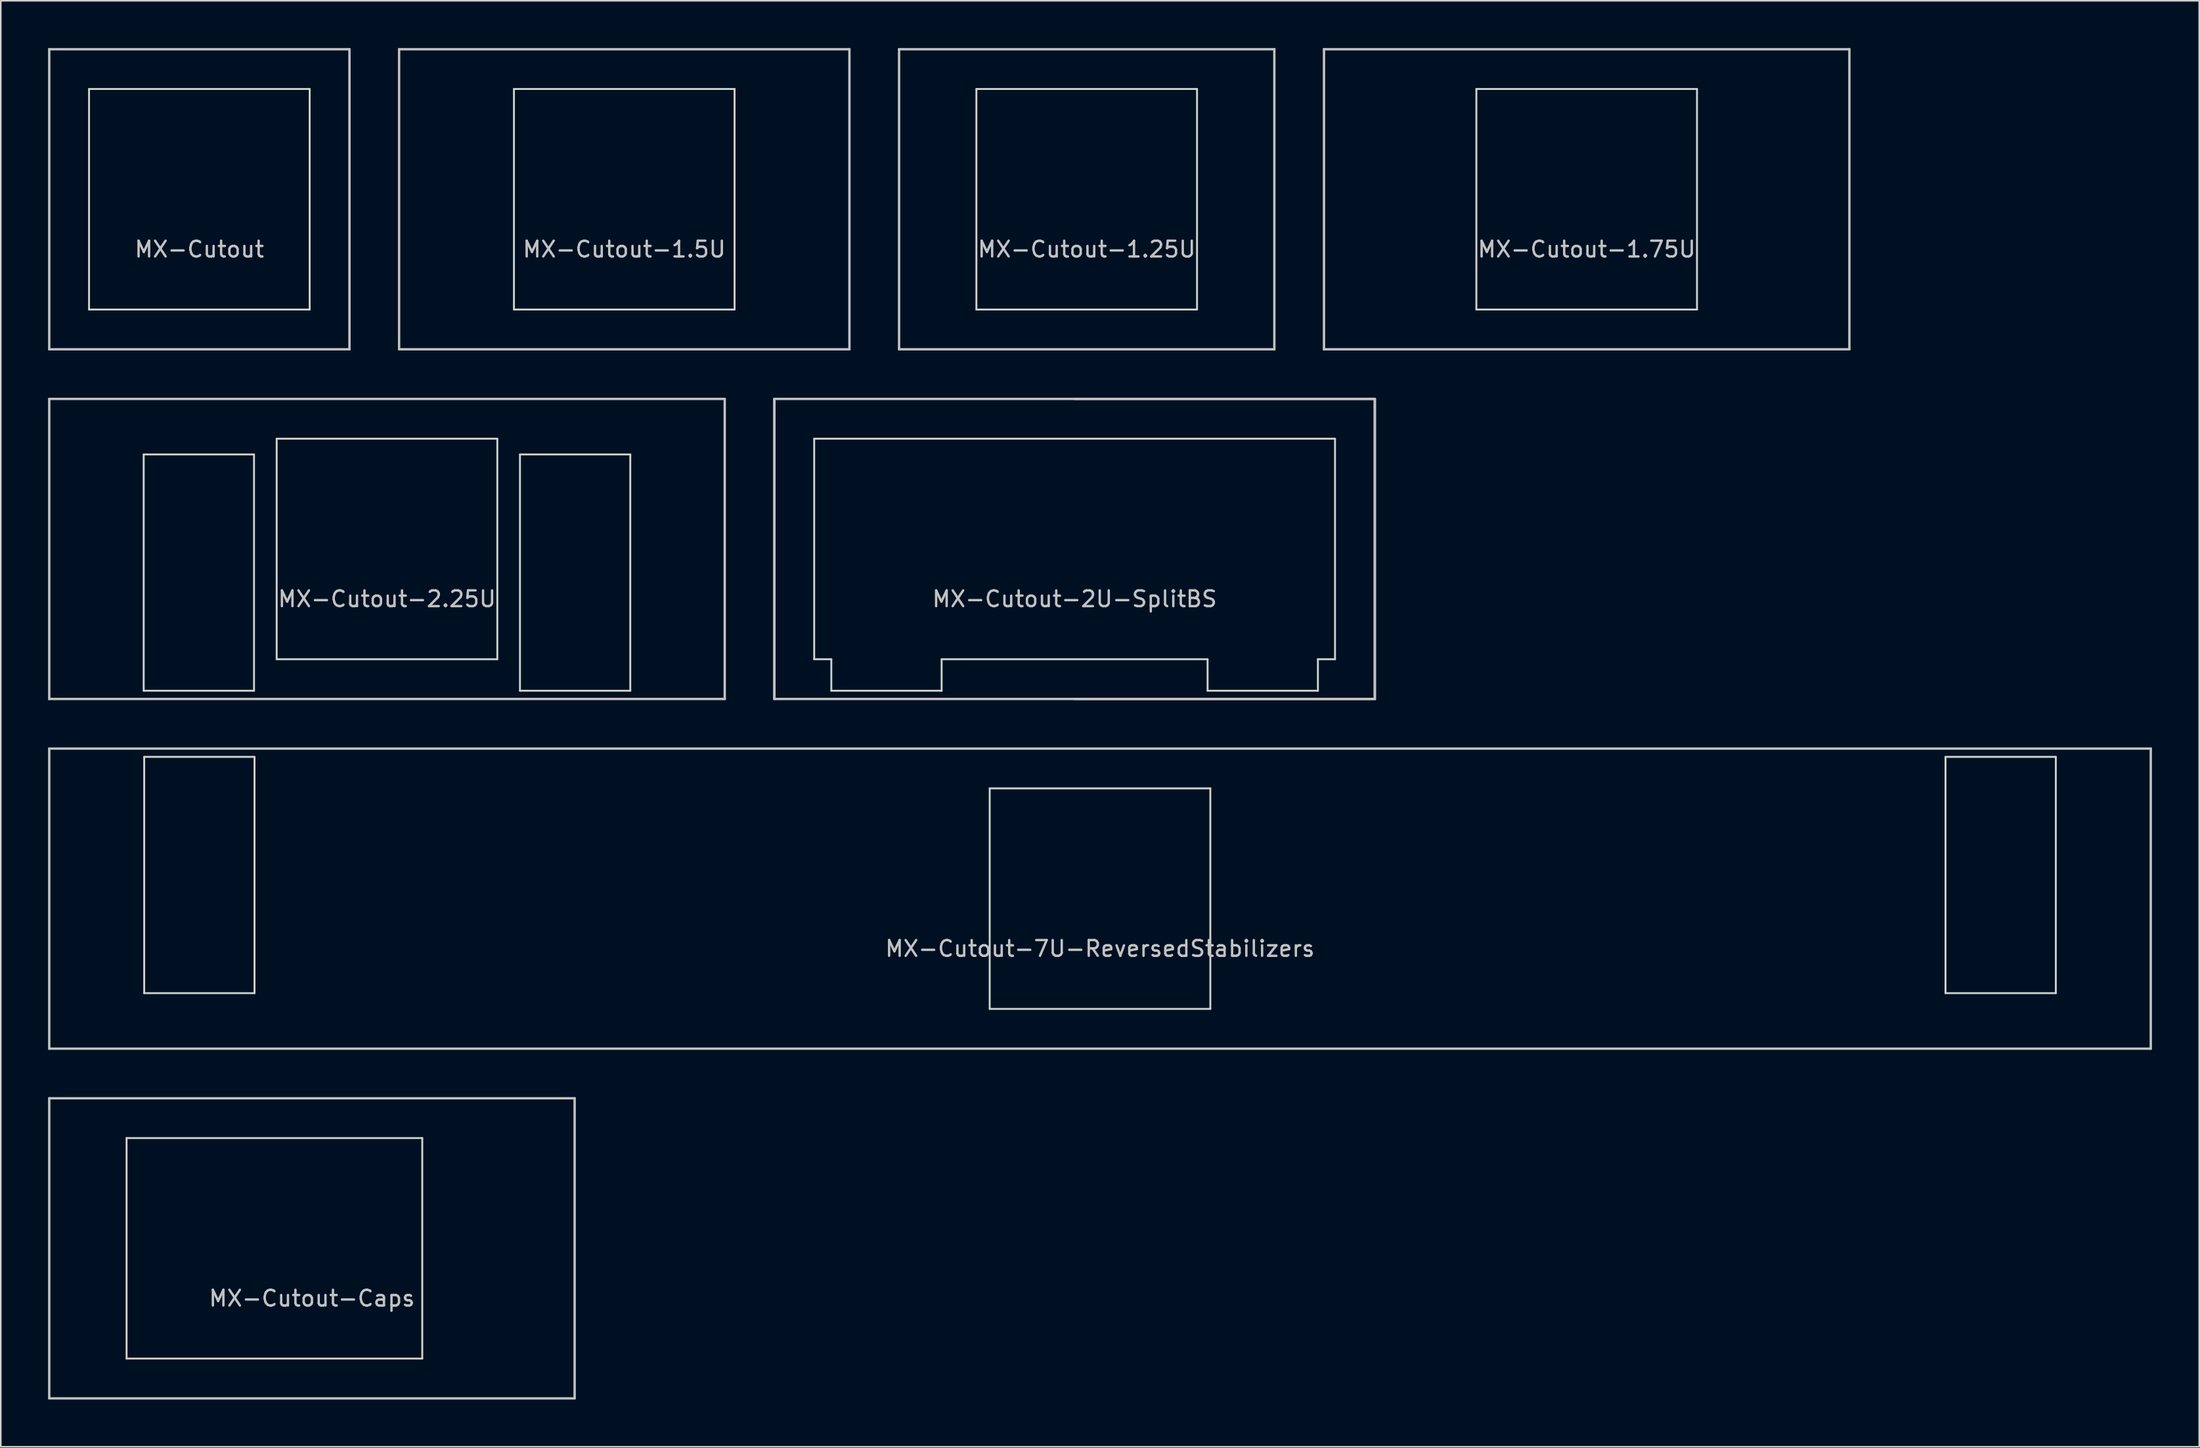
<source format=kicad_pcb>
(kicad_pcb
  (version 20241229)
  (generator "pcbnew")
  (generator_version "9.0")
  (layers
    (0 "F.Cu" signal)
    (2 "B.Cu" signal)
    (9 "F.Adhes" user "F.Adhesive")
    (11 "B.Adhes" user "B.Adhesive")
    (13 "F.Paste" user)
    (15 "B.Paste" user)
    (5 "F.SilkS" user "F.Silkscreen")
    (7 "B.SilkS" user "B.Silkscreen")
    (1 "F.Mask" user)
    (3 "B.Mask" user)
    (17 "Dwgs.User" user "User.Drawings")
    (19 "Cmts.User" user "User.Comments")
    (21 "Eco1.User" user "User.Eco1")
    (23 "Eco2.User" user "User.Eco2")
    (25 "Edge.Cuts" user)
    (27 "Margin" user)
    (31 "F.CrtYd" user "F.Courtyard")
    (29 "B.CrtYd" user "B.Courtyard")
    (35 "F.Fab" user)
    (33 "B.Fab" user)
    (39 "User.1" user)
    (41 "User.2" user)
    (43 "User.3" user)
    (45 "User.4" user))
  (footprint "MX-Cutout-1.25U"
    (layer "F.Cu")
    (at 65.906 9.6)
    (property "Reference" "MX-Cutout-1.25U" (at 0 3.175 0) (layer "Dwgs.User") (effects (font (size 1 1) (thickness 0.15))))
    (attr through_hole)
    (fp_line (start -11.906 -9.525) (end 11.906 -9.525) (stroke (width 0.15) (type solid)) (layer "Dwgs.User"))
    (fp_line (start -11.906 9.525) (end -11.906 -9.525) (stroke (width 0.15) (type solid)) (layer "Dwgs.User"))
    (fp_line (start -11.906 9.525) (end 11.906 9.525) (stroke (width 0.15) (type solid)) (layer "Dwgs.User"))
    (fp_line (start 11.906 -9.525) (end 11.906 9.525) (stroke (width 0.15) (type solid)) (layer "Dwgs.User"))
    (fp_line (start -7 -7) (end -7 7) (stroke (width 0.12) (type solid)) (layer "Edge.Cuts"))
    (fp_line (start -7 7) (end 7 7) (stroke (width 0.12) (type solid)) (layer "Edge.Cuts"))
    (fp_line (start 7 -7) (end -7 -7) (stroke (width 0.12) (type solid)) (layer "Edge.Cuts"))
    (fp_line (start 7 7) (end 7 -7) (stroke (width 0.12) (type solid)) (layer "Edge.Cuts")))
  (footprint "MX-Cutout-2.25U"
    (layer "F.Cu")
    (at 21.506 31.8)
    (property "Reference" "MX-Cutout-2.25U" (at 0 3.175 0) (layer "Dwgs.User") (effects (font (size 1 1) (thickness 0.15))))
    (attr through_hole)
    (fp_line (start -21.431 -9.525) (end 21.431 -9.525) (stroke (width 0.15) (type solid)) (layer "Dwgs.User"))
    (fp_line (start -21.431 9.525) (end -21.431 -9.525) (stroke (width 0.15) (type solid)) (layer "Dwgs.User"))
    (fp_line (start 21.431 -9.525) (end 21.431 9.525) (stroke (width 0.15) (type solid)) (layer "Dwgs.User"))
    (fp_line (start 21.431 9.525) (end -21.431 9.525) (stroke (width 0.15) (type solid)) (layer "Dwgs.User"))
    (fp_line (start -15.438 9) (end -15.438 -6) (stroke (width 0.12) (type solid)) (layer "Edge.Cuts"))
    (fp_line (start -8.438 -6) (end -15.438 -6) (stroke (width 0.12) (type solid)) (layer "Edge.Cuts"))
    (fp_line (start -8.438 9) (end -15.438 9) (stroke (width 0.12) (type solid)) (layer "Edge.Cuts"))
    (fp_line (start -8.438 9) (end -8.438 -6) (stroke (width 0.12) (type solid)) (layer "Edge.Cuts"))
    (fp_line (start -7 -7) (end -7 7) (stroke (width 0.12) (type solid)) (layer "Edge.Cuts"))
    (fp_line (start -7 7) (end 7 7) (stroke (width 0.12) (type solid)) (layer "Edge.Cuts"))
    (fp_line (start 7 -7) (end -7 -7) (stroke (width 0.12) (type solid)) (layer "Edge.Cuts"))
    (fp_line (start 7 7) (end 7 -7) (stroke (width 0.12) (type solid)) (layer "Edge.Cuts"))
    (fp_line (start 8.438 -6) (end 8.438 9) (stroke (width 0.12) (type solid)) (layer "Edge.Cuts"))
    (fp_line (start 8.438 -6) (end 15.438 -6) (stroke (width 0.12) (type solid)) (layer "Edge.Cuts"))
    (fp_line (start 8.438 9) (end 15.438 9) (stroke (width 0.12) (type solid)) (layer "Edge.Cuts"))
    (fp_line (start 15.438 -6) (end 15.438 9) (stroke (width 0.12) (type solid)) (layer "Edge.Cuts")))
  (footprint "MX-Cutout-2U-SplitBS"
    (layer "F.Cu")
    (at 65.138 31.8)
    (property "Reference" "MX-Cutout-2U-SplitBS" (at 0 3.175 0) (layer "Dwgs.User") (effects (font (size 1 1) (thickness 0.15))))
    (attr through_hole)
    (fp_line (start -19.05 -9.525) (end 19.05 -9.525) (stroke (width 0.15) (type solid)) (layer "Dwgs.User"))
    (fp_line (start -19.05 9.525) (end -19.05 -9.525) (stroke (width 0.15) (type solid)) (layer "Dwgs.User"))
    (fp_line (start -19.049 9.525) (end -19.049 -9.525) (stroke (width 0.15) (type solid)) (layer "Dwgs.User"))
    (fp_line (start -0.001 -9.525) (end 19.049 -9.525) (stroke (width 0.15) (type solid)) (layer "Dwgs.User"))
    (fp_line (start 19.049 -9.525) (end 19.049 9.525) (stroke (width 0.15) (type solid)) (layer "Dwgs.User"))
    (fp_line (start 19.049 9.525) (end -0.001 9.525) (stroke (width 0.15) (type solid)) (layer "Dwgs.User"))
    (fp_line (start 19.05 -9.525) (end 19.05 9.525) (stroke (width 0.15) (type solid)) (layer "Dwgs.User"))
    (fp_line (start 19.05 9.525) (end -19.05 9.525) (stroke (width 0.15) (type solid)) (layer "Dwgs.User"))
    (fp_line (start -16.524 -7) (end -16.524 7) (stroke (width 0.12) (type solid)) (layer "Edge.Cuts"))
    (fp_line (start -16.524 7) (end -15.438 7) (stroke (width 0.12) (type solid)) (layer "Edge.Cuts"))
    (fp_line (start -15.438 9) (end -15.438 7) (stroke (width 0.12) (type solid)) (layer "Edge.Cuts"))
    (fp_line (start -8.438 7) (end 8.438 7) (stroke (width 0.12) (type solid)) (layer "Edge.Cuts"))
    (fp_line (start -8.438 9) (end -15.438 9) (stroke (width 0.12) (type solid)) (layer "Edge.Cuts"))
    (fp_line (start -8.438 9) (end -8.438 7) (stroke (width 0.12) (type solid)) (layer "Edge.Cuts"))
    (fp_line (start 8.438 7) (end 8.438 9) (stroke (width 0.12) (type solid)) (layer "Edge.Cuts"))
    (fp_line (start 8.438 9) (end 15.438 9) (stroke (width 0.12) (type solid)) (layer "Edge.Cuts"))
    (fp_line (start 15.438 7) (end 15.438 9) (stroke (width 0.12) (type solid)) (layer "Edge.Cuts"))
    (fp_line (start 15.438 7) (end 16.524 7) (stroke (width 0.12) (type solid)) (layer "Edge.Cuts"))
    (fp_line (start 16.524 -7) (end -16.524 -7) (stroke (width 0.12) (type solid)) (layer "Edge.Cuts"))
    (fp_line (start 16.524 7) (end 16.524 -7) (stroke (width 0.12) (type solid)) (layer "Edge.Cuts")))
  (footprint "MX-Cutout"
    (layer "F.Cu")
    (at 9.6 9.6)
    (property "Reference" "MX-Cutout" (at 0 3.175 0) (layer "Dwgs.User") (effects (font (size 1 1) (thickness 0.15))))
    (attr through_hole)
    (fp_line (start -9.525 -9.525) (end 9.525 -9.525) (stroke (width 0.15) (type solid)) (layer "Dwgs.User"))
    (fp_line (start -9.525 9.525) (end -9.525 -9.525) (stroke (width 0.15) (type solid)) (layer "Dwgs.User"))
    (fp_line (start 9.525 -9.525) (end 9.525 9.525) (stroke (width 0.15) (type solid)) (layer "Dwgs.User"))
    (fp_line (start 9.525 9.525) (end -9.525 9.525) (stroke (width 0.15) (type solid)) (layer "Dwgs.User"))
    (fp_line (start -7 -7) (end -7 7) (stroke (width 0.12) (type solid)) (layer "Edge.Cuts"))
    (fp_line (start -7 7) (end 7 7) (stroke (width 0.12) (type solid)) (layer "Edge.Cuts"))
    (fp_line (start 7 -7) (end -7 -7) (stroke (width 0.12) (type solid)) (layer "Edge.Cuts"))
    (fp_line (start 7 7) (end 7 -7) (stroke (width 0.12) (type solid)) (layer "Edge.Cuts")))
  (footprint "MX-Cutout-1.5U"
    (layer "F.Cu")
    (at 36.562 9.6)
    (property "Reference" "MX-Cutout-1.5U" (at 0 3.175 0) (layer "Dwgs.User") (effects (font (size 1 1) (thickness 0.15))))
    (attr through_hole)
    (fp_line (start -14.287 -9.525) (end 14.287 -9.525) (stroke (width 0.15) (type solid)) (layer "Dwgs.User"))
    (fp_line (start -14.287 9.525) (end -14.287 -9.525) (stroke (width 0.15) (type solid)) (layer "Dwgs.User"))
    (fp_line (start -14.287 9.525) (end 14.287 9.525) (stroke (width 0.15) (type solid)) (layer "Dwgs.User"))
    (fp_line (start 14.287 -9.525) (end 14.287 9.525) (stroke (width 0.15) (type solid)) (layer "Dwgs.User"))
    (fp_line (start -7 -7) (end -7 7) (stroke (width 0.12) (type solid)) (layer "Edge.Cuts"))
    (fp_line (start -7 7) (end 7 7) (stroke (width 0.12) (type solid)) (layer "Edge.Cuts"))
    (fp_line (start 7 -7) (end -7 -7) (stroke (width 0.12) (type solid)) (layer "Edge.Cuts"))
    (fp_line (start 7 7) (end 7 -7) (stroke (width 0.12) (type solid)) (layer "Edge.Cuts")))
  (footprint "MX-Cutout-1.75U"
    (layer "F.Cu")
    (at 97.631 9.6)
    (property "Reference" "MX-Cutout-1.75U" (at 0 3.175 0) (layer "Dwgs.User") (effects (font (size 1 1) (thickness 0.15))))
    (attr through_hole)
    (fp_line (start -16.669 -9.525) (end 16.669 -9.525) (stroke (width 0.15) (type solid)) (layer "Dwgs.User"))
    (fp_line (start -16.669 9.525) (end -16.669 -9.525) (stroke (width 0.15) (type solid)) (layer "Dwgs.User"))
    (fp_line (start -16.669 9.525) (end 16.669 9.525) (stroke (width 0.15) (type solid)) (layer "Dwgs.User"))
    (fp_line (start 16.669 -9.525) (end 16.669 9.525) (stroke (width 0.15) (type solid)) (layer "Dwgs.User"))
    (fp_line (start -7 -7) (end -7 7) (stroke (width 0.12) (type solid)) (layer "Edge.Cuts"))
    (fp_line (start -7 7) (end 7 7) (stroke (width 0.12) (type solid)) (layer "Edge.Cuts"))
    (fp_line (start 7 -7) (end -7 -7) (stroke (width 0.12) (type solid)) (layer "Edge.Cuts"))
    (fp_line (start 7 7) (end 7 -7) (stroke (width 0.12) (type solid)) (layer "Edge.Cuts")))
  (footprint "MX-Cutout-7U-ReversedStabilizers"
    (layer "F.Cu")
    (at 66.75 54)
    (property "Reference" "MX-Cutout-7U-ReversedStabilizers" (at 0 3.175 0) (layer "Dwgs.User") (effects (font (size 1 1) (thickness 0.15))))
    (attr through_hole)
    (fp_line (start -66.675 -9.525) (end 66.675 -9.525) (stroke (width 0.15) (type solid)) (layer "Dwgs.User"))
    (fp_line (start -66.675 9.525) (end -66.675 -9.525) (stroke (width 0.15) (type solid)) (layer "Dwgs.User"))
    (fp_line (start -66.675 9.525) (end 66.675 9.525) (stroke (width 0.15) (type solid)) (layer "Dwgs.User"))
    (fp_line (start 66.675 -9.525) (end 66.675 9.525) (stroke (width 0.15) (type solid)) (layer "Dwgs.User"))
    (fp_line (start -60.65 6) (end -60.65 -9) (stroke (width 0.12) (type solid)) (layer "Edge.Cuts"))
    (fp_line (start -53.65 -9) (end -60.65 -9) (stroke (width 0.12) (type solid)) (layer "Edge.Cuts"))
    (fp_line (start -53.65 6) (end -60.65 6) (stroke (width 0.12) (type solid)) (layer "Edge.Cuts"))
    (fp_line (start -53.65 6) (end -53.65 -9) (stroke (width 0.12) (type solid)) (layer "Edge.Cuts"))
    (fp_line (start -7 -7) (end -7 7) (stroke (width 0.12) (type solid)) (layer "Edge.Cuts"))
    (fp_line (start -7 7) (end 7 7) (stroke (width 0.12) (type solid)) (layer "Edge.Cuts"))
    (fp_line (start 7 -7) (end -7 -7) (stroke (width 0.12) (type solid)) (layer "Edge.Cuts"))
    (fp_line (start 7 7) (end 7 -7) (stroke (width 0.12) (type solid)) (layer "Edge.Cuts"))
    (fp_line (start 53.65 -9) (end 53.65 6) (stroke (width 0.12) (type solid)) (layer "Edge.Cuts"))
    (fp_line (start 53.65 -9) (end 60.65 -9) (stroke (width 0.12) (type solid)) (layer "Edge.Cuts"))
    (fp_line (start 53.65 6) (end 60.65 6) (stroke (width 0.12) (type solid)) (layer "Edge.Cuts"))
    (fp_line (start 60.65 -9) (end 60.65 6) (stroke (width 0.12) (type solid)) (layer "Edge.Cuts")))
  (footprint "MX-Cutout-Caps"
    (layer "F.Cu")
    (at 16.744 76.2)
    (property "Reference" "MX-Cutout-Caps" (at 0 3.175 0) (layer "Dwgs.User") (effects (font (size 1 1) (thickness 0.15))))
    (attr through_hole)
    (fp_line (start -16.669 -9.525) (end 16.669 -9.525) (stroke (width 0.15) (type solid)) (layer "Dwgs.User"))
    (fp_line (start -16.669 9.525) (end -16.669 -9.525) (stroke (width 0.15) (type solid)) (layer "Dwgs.User"))
    (fp_line (start -16.669 9.525) (end 16.669 9.525) (stroke (width 0.15) (type solid)) (layer "Dwgs.User"))
    (fp_line (start 16.669 -9.525) (end 16.669 9.525) (stroke (width 0.15) (type solid)) (layer "Dwgs.User"))
    (fp_line (start -11.762 -7) (end -11.762 7) (stroke (width 0.12) (type solid)) (layer "Edge.Cuts"))
    (fp_line (start -11.762 7) (end 7 7) (stroke (width 0.12) (type solid)) (layer "Edge.Cuts"))
    (fp_line (start 7 -7) (end -11.762 -7) (stroke (width 0.12) (type solid)) (layer "Edge.Cuts"))
    (fp_line (start 7 7) (end 7 -7) (stroke (width 0.12) (type solid)) (layer "Edge.Cuts")))
  (gr_rect
    (start -3 -3)
    (end 136.5 88.8)
    (stroke (width 0.1) (type default))
    (fill no)
    (layer "Edge.Cuts")))
</source>
